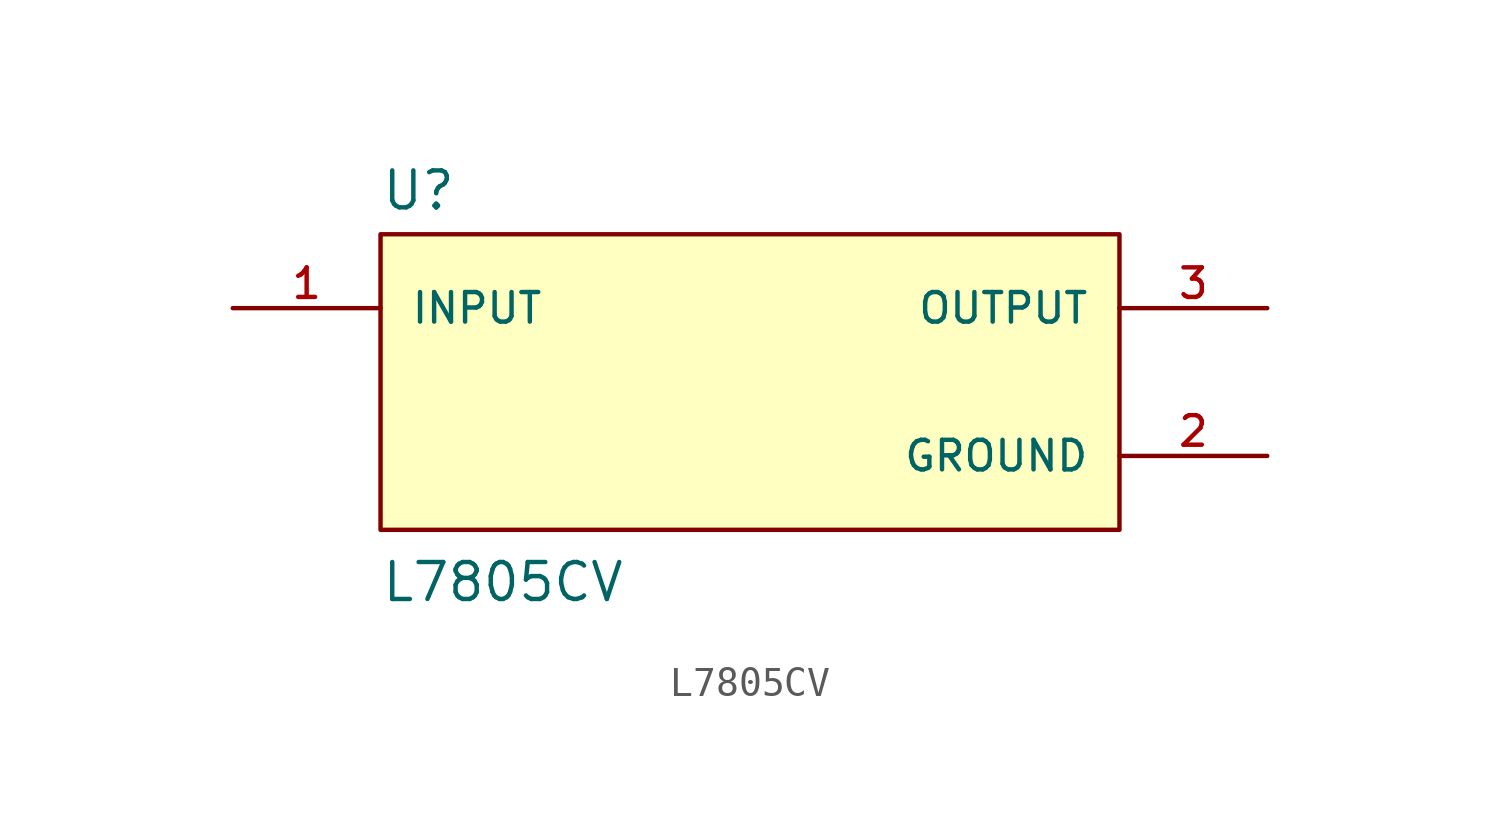
<source format=kicad_sym>
(kicad_symbol_lib
  (version 20211014)
  (generator kicad_symbol_editor)
  (symbol "L7805CV"
    (pin_names
      (offset 1.016))
    (property "Reference" "U"
      (at -12.7 5.842 0)
      (effects (font (size 1.27 1.27)) (justify bottom left)))
    (property "Value" "L7805CV"
      (at -12.7 -7.62 0)
      (effects (font (size 1.27 1.27)) (justify bottom left)))
    (symbol "L7805CV_0_0"
      (rectangle (start -12.7 -5.08) (end 12.7 5.08) (stroke (width 0.152)) (fill (type background)))
      (pin input line (at -17.78 2.54 0) (length 5.08) (name "INPUT" (effects (font (size 1.016 1.016)))) (number "1" (effects (font (size 1.016 1.016)))))
      (pin output line (at 17.78 2.54 180.0) (length 5.08) (name "OUTPUT" (effects (font (size 1.016 1.016)))) (number "3" (effects (font (size 1.016 1.016)))))
      (pin power_in line (at 17.78 -2.54 180.0) (length 5.08) (name "GROUND" (effects (font (size 1.016 1.016)))) (number "2" (effects (font (size 1.016 1.016))))))))
</source>
